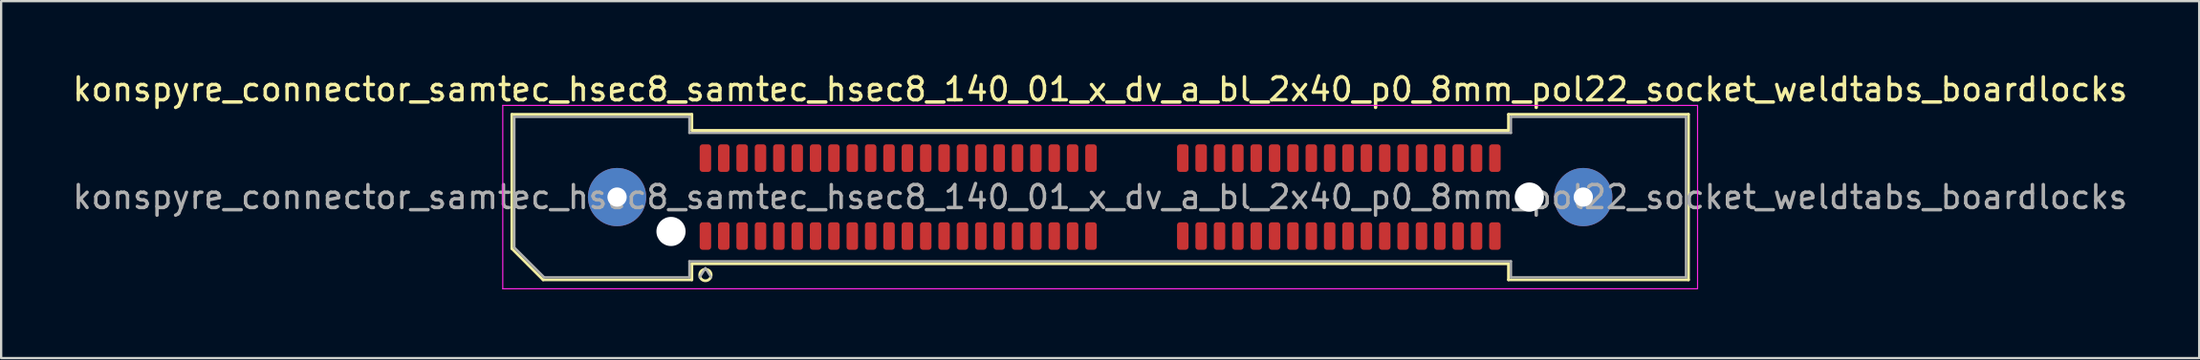
<source format=kicad_pcb>
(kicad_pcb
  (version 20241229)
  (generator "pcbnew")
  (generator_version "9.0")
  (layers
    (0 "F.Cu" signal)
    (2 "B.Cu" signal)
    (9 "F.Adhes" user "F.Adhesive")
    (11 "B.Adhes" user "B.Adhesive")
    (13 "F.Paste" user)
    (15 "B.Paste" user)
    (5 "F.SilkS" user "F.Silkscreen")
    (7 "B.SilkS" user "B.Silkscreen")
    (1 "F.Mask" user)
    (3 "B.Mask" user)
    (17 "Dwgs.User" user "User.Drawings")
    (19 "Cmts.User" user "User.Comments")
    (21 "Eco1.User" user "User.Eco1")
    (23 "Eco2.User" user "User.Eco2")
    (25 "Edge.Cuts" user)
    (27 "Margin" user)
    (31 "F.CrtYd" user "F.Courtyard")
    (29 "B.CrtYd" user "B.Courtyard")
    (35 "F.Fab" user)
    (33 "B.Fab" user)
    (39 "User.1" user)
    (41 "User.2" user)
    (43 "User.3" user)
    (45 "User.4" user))
  (footprint "konspyre_connector_samtec_hsec8_samtec_hsec8_140_01_x_dv_a_bl_2x40_p0_8mm_pol22_socket_weldtabs_boardlocks"
    (layer "F.Cu")
    (at 44.887 5.548)
    (property "Reference" "konspyre_connector_samtec_hsec8_samtec_hsec8_140_01_x_dv_a_bl_2x40_p0_8mm_pol22_socket_weldtabs_boardlocks" (at 0 -4.7 0) (layer "F.SilkS") (effects (font (size 1 1) (thickness 0.15))))
    (attr smd)
    (fp_line (start -25.635 -3.61) (end -17.79 -3.61) (stroke (width 0.12) (type solid)) (layer "F.SilkS"))
    (fp_line (start -25.635 2.246) (end -25.635 -3.61) (stroke (width 0.12) (type solid)) (layer "F.SilkS"))
    (fp_line (start -24.271 3.61) (end -25.635 2.246) (stroke (width 0.12) (type solid)) (layer "F.SilkS"))
    (fp_line (start -17.79 -3.61) (end -17.79 -2.91) (stroke (width 0.12) (type solid)) (layer "F.SilkS"))
    (fp_line (start -17.79 -2.91) (end 17.79 -2.91) (stroke (width 0.12) (type solid)) (layer "F.SilkS"))
    (fp_line (start -17.79 2.91) (end -17.79 3.61) (stroke (width 0.12) (type solid)) (layer "F.SilkS"))
    (fp_line (start -17.79 3.61) (end -24.271 3.61) (stroke (width 0.12) (type solid)) (layer "F.SilkS"))
    (fp_line (start 17.79 -3.61) (end 25.635 -3.61) (stroke (width 0.12) (type solid)) (layer "F.SilkS"))
    (fp_line (start 17.79 -2.91) (end 17.79 -3.61) (stroke (width 0.12) (type solid)) (layer "F.SilkS"))
    (fp_line (start 17.79 2.91) (end -17.79 2.91) (stroke (width 0.12) (type solid)) (layer "F.SilkS"))
    (fp_line (start 17.79 3.61) (end 17.79 2.91) (stroke (width 0.12) (type solid)) (layer "F.SilkS"))
    (fp_line (start 25.635 -3.61) (end 25.635 3.61) (stroke (width 0.12) (type solid)) (layer "F.SilkS"))
    (fp_line (start 25.635 3.61) (end 17.79 3.61) (stroke (width 0.12) (type solid)) (layer "F.SilkS"))
    (fp_circle (center -17.2 3.4) (end -16.95 3.4) (stroke (width 0.12) (type solid)) (fill no) (layer "F.SilkS"))
    (fp_line (start -26.03 -4) (end -26.03 4) (stroke (width 0.05) (type solid)) (layer "F.CrtYd"))
    (fp_line (start -26.03 4) (end 26.03 4) (stroke (width 0.05) (type solid)) (layer "F.CrtYd"))
    (fp_line (start 26.03 -4) (end -26.03 -4) (stroke (width 0.05) (type solid)) (layer "F.CrtYd"))
    (fp_line (start 26.03 4) (end 26.03 -4) (stroke (width 0.05) (type solid)) (layer "F.CrtYd"))
    (fp_line (start -25.525 -3.5) (end -17.9 -3.5) (stroke (width 0.1) (type solid)) (layer "F.Fab"))
    (fp_line (start -25.525 2.2) (end -25.525 -3.5) (stroke (width 0.1) (type solid)) (layer "F.Fab"))
    (fp_line (start -24.225 3.5) (end -25.525 2.2) (stroke (width 0.1) (type solid)) (layer "F.Fab"))
    (fp_line (start -17.9 -3.5) (end -17.9 -2.8) (stroke (width 0.1) (type solid)) (layer "F.Fab"))
    (fp_line (start -17.9 -2.8) (end 17.9 -2.8) (stroke (width 0.1) (type solid)) (layer "F.Fab"))
    (fp_line (start -17.9 2.8) (end -17.9 3.5) (stroke (width 0.1) (type solid)) (layer "F.Fab"))
    (fp_line (start -17.9 3.5) (end -24.225 3.5) (stroke (width 0.1) (type solid)) (layer "F.Fab"))
    (fp_line (start -17.2 3.1) (end -17.45 3.5) (stroke (width 0.1) (type solid)) (layer "F.Fab"))
    (fp_line (start -17.2 3.1) (end -16.95 3.5) (stroke (width 0.1) (type solid)) (layer "F.Fab"))
    (fp_line (start 17.9 -3.5) (end 25.525 -3.5) (stroke (width 0.1) (type solid)) (layer "F.Fab"))
    (fp_line (start 17.9 -2.8) (end 17.9 -3.5) (stroke (width 0.1) (type solid)) (layer "F.Fab"))
    (fp_line (start 17.9 2.8) (end -17.9 2.8) (stroke (width 0.1) (type solid)) (layer "F.Fab"))
    (fp_line (start 17.9 3.5) (end 17.9 2.8) (stroke (width 0.1) (type solid)) (layer "F.Fab"))
    (fp_line (start 25.525 -3.5) (end 25.525 3.5) (stroke (width 0.1) (type solid)) (layer "F.Fab"))
    (fp_line (start 25.525 3.5) (end 17.9 3.5) (stroke (width 0.1) (type solid)) (layer "F.Fab"))
    (fp_text user "${REFERENCE}" (at 0 0 0) (layer "F.Fab") (effects (font (size 1 1) (thickness 0.15))))
    (pad "" thru_hole circle (at -21.05 0) (size 2.54 2.54) (drill 0.84) (layers "*.Cu" "*.Mask" "F.Paste"))
    (pad "" np_thru_hole circle (at -18.7 1.5) (size 1.27 1.27) (drill 1.27) (layers "*.Cu" "*.Mask"))
    (pad "" np_thru_hole circle (at 18.7 0) (size 1.27 1.27) (drill 1.27) (layers "*.Cu" "*.Mask"))
    (pad "" thru_hole circle (at 21.05 0) (size 2.54 2.54) (drill 0.84) (layers "*.Cu" "*.Mask" "F.Paste"))
    (pad "1" smd roundrect (at -17.2 1.7) (size 0.5 1.2) (layers "F.Cu" "F.Mask" "F.Paste") (roundrect_rratio 0.25))
    (pad "2" smd roundrect (at -17.2 -1.7) (size 0.5 1.2) (layers "F.Cu" "F.Mask" "F.Paste") (roundrect_rratio 0.25))
    (pad "3" smd roundrect (at -16.4 1.7) (size 0.5 1.2) (layers "F.Cu" "F.Mask" "F.Paste") (roundrect_rratio 0.25))
    (pad "4" smd roundrect (at -16.4 -1.7) (size 0.5 1.2) (layers "F.Cu" "F.Mask" "F.Paste") (roundrect_rratio 0.25))
    (pad "5" smd roundrect (at -15.6 1.7) (size 0.5 1.2) (layers "F.Cu" "F.Mask" "F.Paste") (roundrect_rratio 0.25))
    (pad "6" smd roundrect (at -15.6 -1.7) (size 0.5 1.2) (layers "F.Cu" "F.Mask" "F.Paste") (roundrect_rratio 0.25))
    (pad "7" smd roundrect (at -14.8 1.7) (size 0.5 1.2) (layers "F.Cu" "F.Mask" "F.Paste") (roundrect_rratio 0.25))
    (pad "8" smd roundrect (at -14.8 -1.7) (size 0.5 1.2) (layers "F.Cu" "F.Mask" "F.Paste") (roundrect_rratio 0.25))
    (pad "9" smd roundrect (at -14 1.7) (size 0.5 1.2) (layers "F.Cu" "F.Mask" "F.Paste") (roundrect_rratio 0.25))
    (pad "10" smd roundrect (at -14 -1.7) (size 0.5 1.2) (layers "F.Cu" "F.Mask" "F.Paste") (roundrect_rratio 0.25))
    (pad "11" smd roundrect (at -13.2 1.7) (size 0.5 1.2) (layers "F.Cu" "F.Mask" "F.Paste") (roundrect_rratio 0.25))
    (pad "12" smd roundrect (at -13.2 -1.7) (size 0.5 1.2) (layers "F.Cu" "F.Mask" "F.Paste") (roundrect_rratio 0.25))
    (pad "13" smd roundrect (at -12.4 1.7) (size 0.5 1.2) (layers "F.Cu" "F.Mask" "F.Paste") (roundrect_rratio 0.25))
    (pad "14" smd roundrect (at -12.4 -1.7) (size 0.5 1.2) (layers "F.Cu" "F.Mask" "F.Paste") (roundrect_rratio 0.25))
    (pad "15" smd roundrect (at -11.6 1.7) (size 0.5 1.2) (layers "F.Cu" "F.Mask" "F.Paste") (roundrect_rratio 0.25))
    (pad "16" smd roundrect (at -11.6 -1.7) (size 0.5 1.2) (layers "F.Cu" "F.Mask" "F.Paste") (roundrect_rratio 0.25))
    (pad "17" smd roundrect (at -10.8 1.7) (size 0.5 1.2) (layers "F.Cu" "F.Mask" "F.Paste") (roundrect_rratio 0.25))
    (pad "18" smd roundrect (at -10.8 -1.7) (size 0.5 1.2) (layers "F.Cu" "F.Mask" "F.Paste") (roundrect_rratio 0.25))
    (pad "19" smd roundrect (at -10 1.7) (size 0.5 1.2) (layers "F.Cu" "F.Mask" "F.Paste") (roundrect_rratio 0.25))
    (pad "20" smd roundrect (at -10 -1.7) (size 0.5 1.2) (layers "F.Cu" "F.Mask" "F.Paste") (roundrect_rratio 0.25))
    (pad "21" smd roundrect (at -9.2 1.7) (size 0.5 1.2) (layers "F.Cu" "F.Mask" "F.Paste") (roundrect_rratio 0.25))
    (pad "22" smd roundrect (at -9.2 -1.7) (size 0.5 1.2) (layers "F.Cu" "F.Mask" "F.Paste") (roundrect_rratio 0.25))
    (pad "23" smd roundrect (at -8.4 1.7) (size 0.5 1.2) (layers "F.Cu" "F.Mask" "F.Paste") (roundrect_rratio 0.25))
    (pad "24" smd roundrect (at -8.4 -1.7) (size 0.5 1.2) (layers "F.Cu" "F.Mask" "F.Paste") (roundrect_rratio 0.25))
    (pad "25" smd roundrect (at -7.6 1.7) (size 0.5 1.2) (layers "F.Cu" "F.Mask" "F.Paste") (roundrect_rratio 0.25))
    (pad "26" smd roundrect (at -7.6 -1.7) (size 0.5 1.2) (layers "F.Cu" "F.Mask" "F.Paste") (roundrect_rratio 0.25))
    (pad "27" smd roundrect (at -6.8 1.7) (size 0.5 1.2) (layers "F.Cu" "F.Mask" "F.Paste") (roundrect_rratio 0.25))
    (pad "28" smd roundrect (at -6.8 -1.7) (size 0.5 1.2) (layers "F.Cu" "F.Mask" "F.Paste") (roundrect_rratio 0.25))
    (pad "29" smd roundrect (at -6 1.7) (size 0.5 1.2) (layers "F.Cu" "F.Mask" "F.Paste") (roundrect_rratio 0.25))
    (pad "30" smd roundrect (at -6 -1.7) (size 0.5 1.2) (layers "F.Cu" "F.Mask" "F.Paste") (roundrect_rratio 0.25))
    (pad "31" smd roundrect (at -5.2 1.7) (size 0.5 1.2) (layers "F.Cu" "F.Mask" "F.Paste") (roundrect_rratio 0.25))
    (pad "32" smd roundrect (at -5.2 -1.7) (size 0.5 1.2) (layers "F.Cu" "F.Mask" "F.Paste") (roundrect_rratio 0.25))
    (pad "33" smd roundrect (at -4.4 1.7) (size 0.5 1.2) (layers "F.Cu" "F.Mask" "F.Paste") (roundrect_rratio 0.25))
    (pad "34" smd roundrect (at -4.4 -1.7) (size 0.5 1.2) (layers "F.Cu" "F.Mask" "F.Paste") (roundrect_rratio 0.25))
    (pad "35" smd roundrect (at -3.6 1.7) (size 0.5 1.2) (layers "F.Cu" "F.Mask" "F.Paste") (roundrect_rratio 0.25))
    (pad "36" smd roundrect (at -3.6 -1.7) (size 0.5 1.2) (layers "F.Cu" "F.Mask" "F.Paste") (roundrect_rratio 0.25))
    (pad "37" smd roundrect (at -2.8 1.7) (size 0.5 1.2) (layers "F.Cu" "F.Mask" "F.Paste") (roundrect_rratio 0.25))
    (pad "38" smd roundrect (at -2.8 -1.7) (size 0.5 1.2) (layers "F.Cu" "F.Mask" "F.Paste") (roundrect_rratio 0.25))
    (pad "39" smd roundrect (at -2 1.7) (size 0.5 1.2) (layers "F.Cu" "F.Mask" "F.Paste") (roundrect_rratio 0.25))
    (pad "40" smd roundrect (at -2 -1.7) (size 0.5 1.2) (layers "F.Cu" "F.Mask" "F.Paste") (roundrect_rratio 0.25))
    (pad "41" smd roundrect (at -1.2 1.7) (size 0.5 1.2) (layers "F.Cu" "F.Mask" "F.Paste") (roundrect_rratio 0.25))
    (pad "42" smd roundrect (at -1.2 -1.7) (size 0.5 1.2) (layers "F.Cu" "F.Mask" "F.Paste") (roundrect_rratio 0.25))
    (pad "43" smd roundrect (at -0.4 1.7) (size 0.5 1.2) (layers "F.Cu" "F.Mask" "F.Paste") (roundrect_rratio 0.25))
    (pad "44" smd roundrect (at -0.4 -1.7) (size 0.5 1.2) (layers "F.Cu" "F.Mask" "F.Paste") (roundrect_rratio 0.25))
    (pad "45" smd roundrect (at 3.6 1.7) (size 0.5 1.2) (layers "F.Cu" "F.Mask" "F.Paste") (roundrect_rratio 0.25))
    (pad "46" smd roundrect (at 3.6 -1.7) (size 0.5 1.2) (layers "F.Cu" "F.Mask" "F.Paste") (roundrect_rratio 0.25))
    (pad "47" smd roundrect (at 4.4 1.7) (size 0.5 1.2) (layers "F.Cu" "F.Mask" "F.Paste") (roundrect_rratio 0.25))
    (pad "48" smd roundrect (at 4.4 -1.7) (size 0.5 1.2) (layers "F.Cu" "F.Mask" "F.Paste") (roundrect_rratio 0.25))
    (pad "49" smd roundrect (at 5.2 1.7) (size 0.5 1.2) (layers "F.Cu" "F.Mask" "F.Paste") (roundrect_rratio 0.25))
    (pad "50" smd roundrect (at 5.2 -1.7) (size 0.5 1.2) (layers "F.Cu" "F.Mask" "F.Paste") (roundrect_rratio 0.25))
    (pad "51" smd roundrect (at 6 1.7) (size 0.5 1.2) (layers "F.Cu" "F.Mask" "F.Paste") (roundrect_rratio 0.25))
    (pad "52" smd roundrect (at 6 -1.7) (size 0.5 1.2) (layers "F.Cu" "F.Mask" "F.Paste") (roundrect_rratio 0.25))
    (pad "53" smd roundrect (at 6.8 1.7) (size 0.5 1.2) (layers "F.Cu" "F.Mask" "F.Paste") (roundrect_rratio 0.25))
    (pad "54" smd roundrect (at 6.8 -1.7) (size 0.5 1.2) (layers "F.Cu" "F.Mask" "F.Paste") (roundrect_rratio 0.25))
    (pad "55" smd roundrect (at 7.6 1.7) (size 0.5 1.2) (layers "F.Cu" "F.Mask" "F.Paste") (roundrect_rratio 0.25))
    (pad "56" smd roundrect (at 7.6 -1.7) (size 0.5 1.2) (layers "F.Cu" "F.Mask" "F.Paste") (roundrect_rratio 0.25))
    (pad "57" smd roundrect (at 8.4 1.7) (size 0.5 1.2) (layers "F.Cu" "F.Mask" "F.Paste") (roundrect_rratio 0.25))
    (pad "58" smd roundrect (at 8.4 -1.7) (size 0.5 1.2) (layers "F.Cu" "F.Mask" "F.Paste") (roundrect_rratio 0.25))
    (pad "59" smd roundrect (at 9.2 1.7) (size 0.5 1.2) (layers "F.Cu" "F.Mask" "F.Paste") (roundrect_rratio 0.25))
    (pad "60" smd roundrect (at 9.2 -1.7) (size 0.5 1.2) (layers "F.Cu" "F.Mask" "F.Paste") (roundrect_rratio 0.25))
    (pad "61" smd roundrect (at 10 1.7) (size 0.5 1.2) (layers "F.Cu" "F.Mask" "F.Paste") (roundrect_rratio 0.25))
    (pad "62" smd roundrect (at 10 -1.7) (size 0.5 1.2) (layers "F.Cu" "F.Mask" "F.Paste") (roundrect_rratio 0.25))
    (pad "63" smd roundrect (at 10.8 1.7) (size 0.5 1.2) (layers "F.Cu" "F.Mask" "F.Paste") (roundrect_rratio 0.25))
    (pad "64" smd roundrect (at 10.8 -1.7) (size 0.5 1.2) (layers "F.Cu" "F.Mask" "F.Paste") (roundrect_rratio 0.25))
    (pad "65" smd roundrect (at 11.6 1.7) (size 0.5 1.2) (layers "F.Cu" "F.Mask" "F.Paste") (roundrect_rratio 0.25))
    (pad "66" smd roundrect (at 11.6 -1.7) (size 0.5 1.2) (layers "F.Cu" "F.Mask" "F.Paste") (roundrect_rratio 0.25))
    (pad "67" smd roundrect (at 12.4 1.7) (size 0.5 1.2) (layers "F.Cu" "F.Mask" "F.Paste") (roundrect_rratio 0.25))
    (pad "68" smd roundrect (at 12.4 -1.7) (size 0.5 1.2) (layers "F.Cu" "F.Mask" "F.Paste") (roundrect_rratio 0.25))
    (pad "69" smd roundrect (at 13.2 1.7) (size 0.5 1.2) (layers "F.Cu" "F.Mask" "F.Paste") (roundrect_rratio 0.25))
    (pad "70" smd roundrect (at 13.2 -1.7) (size 0.5 1.2) (layers "F.Cu" "F.Mask" "F.Paste") (roundrect_rratio 0.25))
    (pad "71" smd roundrect (at 14 1.7) (size 0.5 1.2) (layers "F.Cu" "F.Mask" "F.Paste") (roundrect_rratio 0.25))
    (pad "72" smd roundrect (at 14 -1.7) (size 0.5 1.2) (layers "F.Cu" "F.Mask" "F.Paste") (roundrect_rratio 0.25))
    (pad "73" smd roundrect (at 14.8 1.7) (size 0.5 1.2) (layers "F.Cu" "F.Mask" "F.Paste") (roundrect_rratio 0.25))
    (pad "74" smd roundrect (at 14.8 -1.7) (size 0.5 1.2) (layers "F.Cu" "F.Mask" "F.Paste") (roundrect_rratio 0.25))
    (pad "75" smd roundrect (at 15.6 1.7) (size 0.5 1.2) (layers "F.Cu" "F.Mask" "F.Paste") (roundrect_rratio 0.25))
    (pad "76" smd roundrect (at 15.6 -1.7) (size 0.5 1.2) (layers "F.Cu" "F.Mask" "F.Paste") (roundrect_rratio 0.25))
    (pad "77" smd roundrect (at 16.4 1.7) (size 0.5 1.2) (layers "F.Cu" "F.Mask" "F.Paste") (roundrect_rratio 0.25))
    (pad "78" smd roundrect (at 16.4 -1.7) (size 0.5 1.2) (layers "F.Cu" "F.Mask" "F.Paste") (roundrect_rratio 0.25))
    (pad "79" smd roundrect (at 17.2 1.7) (size 0.5 1.2) (layers "F.Cu" "F.Mask" "F.Paste") (roundrect_rratio 0.25))
    (pad "80" smd roundrect (at 17.2 -1.7) (size 0.5 1.2) (layers "F.Cu" "F.Mask" "F.Paste") (roundrect_rratio 0.25)))
  (gr_rect
    (start -3 -3)
    (end 92.774 12.573)
    (stroke (width 0.1) (type default))
    (fill no)
    (layer "Edge.Cuts")))
</source>
